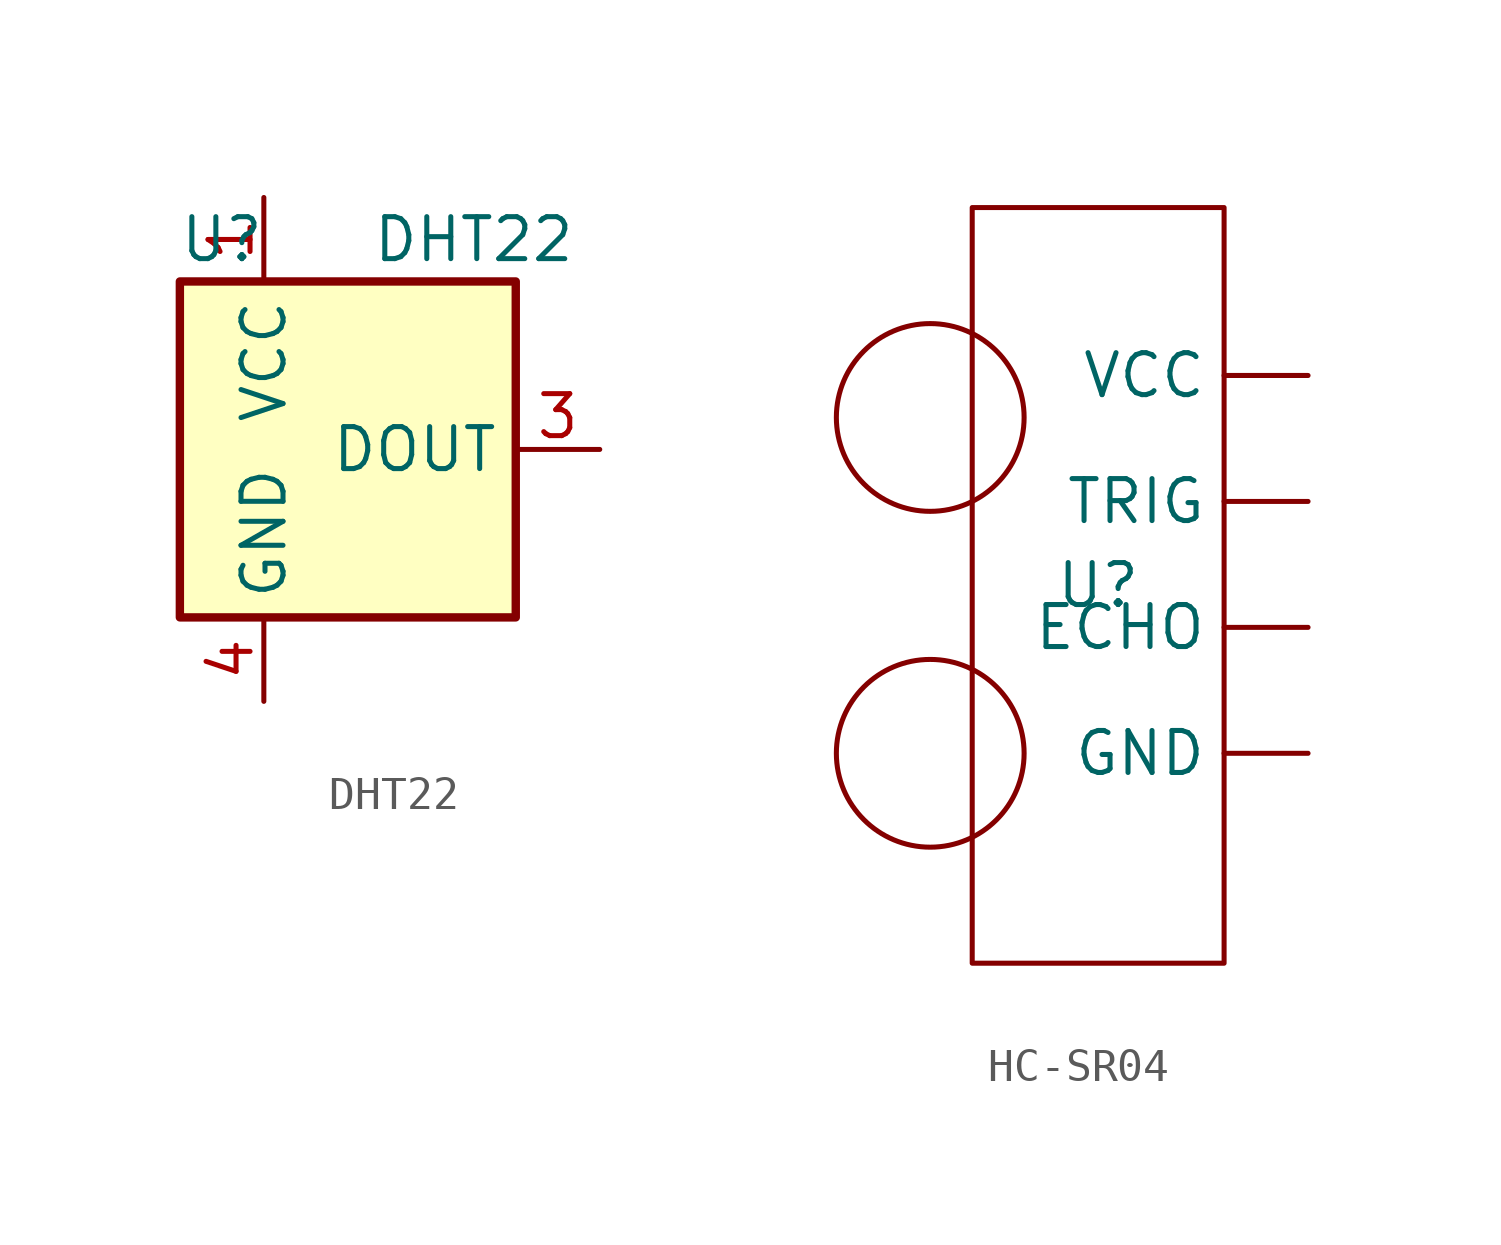
<source format=kicad_sym>
(kicad_symbol_lib
  (version 20241209)
  (generator "kicad_symbol_editor")
  (generator_version "9.0")
  (symbol "DHT22"
    (property "Reference" "U"
      (at -3.81 6.35 0)
      (effects (font (size 1.27 1.27))))
    (property "Value" "DHT22"
      (at 3.81 6.35 0)
      (effects (font (size 1.27 1.27))))
    (symbol "DHT22_0_1"
      (rectangle (start -5.08 5.08) (end 5.08 -5.08) (stroke (width 0.254) (type default)) (fill (type background))))
    (symbol "DHT22_1_1"
      (pin no_connect line (at -5.08 0 0) (length 2.54) (hide yes) (name "NC" (effects (font (size 1.27 1.27)))) (number "3" (effects (font (size 1.27 1.27)))))
      (pin power_in line (at -2.54 7.62 270) (length 2.54) (name "VCC" (effects (font (size 1.27 1.27)))) (number "1" (effects (font (size 1.27 1.27)))))
      (pin power_in line (at -2.54 -7.62 90) (length 2.54) (name "GND" (effects (font (size 1.27 1.27)))) (number "4" (effects (font (size 1.27 1.27)))))
      (pin output line (at 7.62 0 180) (length 2.54) (name "DOUT" (effects (font (size 1.27 1.27)))) (number "3" (effects (font (size 1.27 1.27)))))))
  (symbol "HC-SR04"
    (property "Reference" "U"
      (at 0 0 0)
      (effects (font (size 1.27 1.27))))
    (property "Value" ""
      (at 0 0 0)
      (effects (font (size 1.27 1.27))))
    (symbol "HC-SR04_0_1"
      (circle (center -5.08 5.08) (radius 2.84) (stroke (width 0) (type default)) (fill (type none)))
      (circle (center -5.08 -5.08) (radius 2.84) (stroke (width 0) (type default)) (fill (type none)))
      (rectangle (start -3.81 11.43) (end 3.81 -11.43) (stroke (width 0) (type default)) (fill (type none))))
    (symbol "HC-SR04_1_1"
      (pin input line (at 6.35 6.35 180) (length 2.54) (name "VCC" (effects (font (size 1.27 1.27)))) (number "" (effects (font (size 1.27 1.27)))))
      (pin input line (at 6.35 2.54 180) (length 2.54) (name "TRIG" (effects (font (size 1.27 1.27)))) (number "" (effects (font (size 1.27 1.27)))))
      (pin output line (at 6.35 -1.27 180) (length 2.54) (name "ECHO" (effects (font (size 1.27 1.27)))) (number "" (effects (font (size 1.27 1.27)))))
      (pin output line (at 6.35 -5.08 180) (length 2.54) (name "GND" (effects (font (size 1.27 1.27)))) (number "" (effects (font (size 1.27 1.27))))))))
</source>
